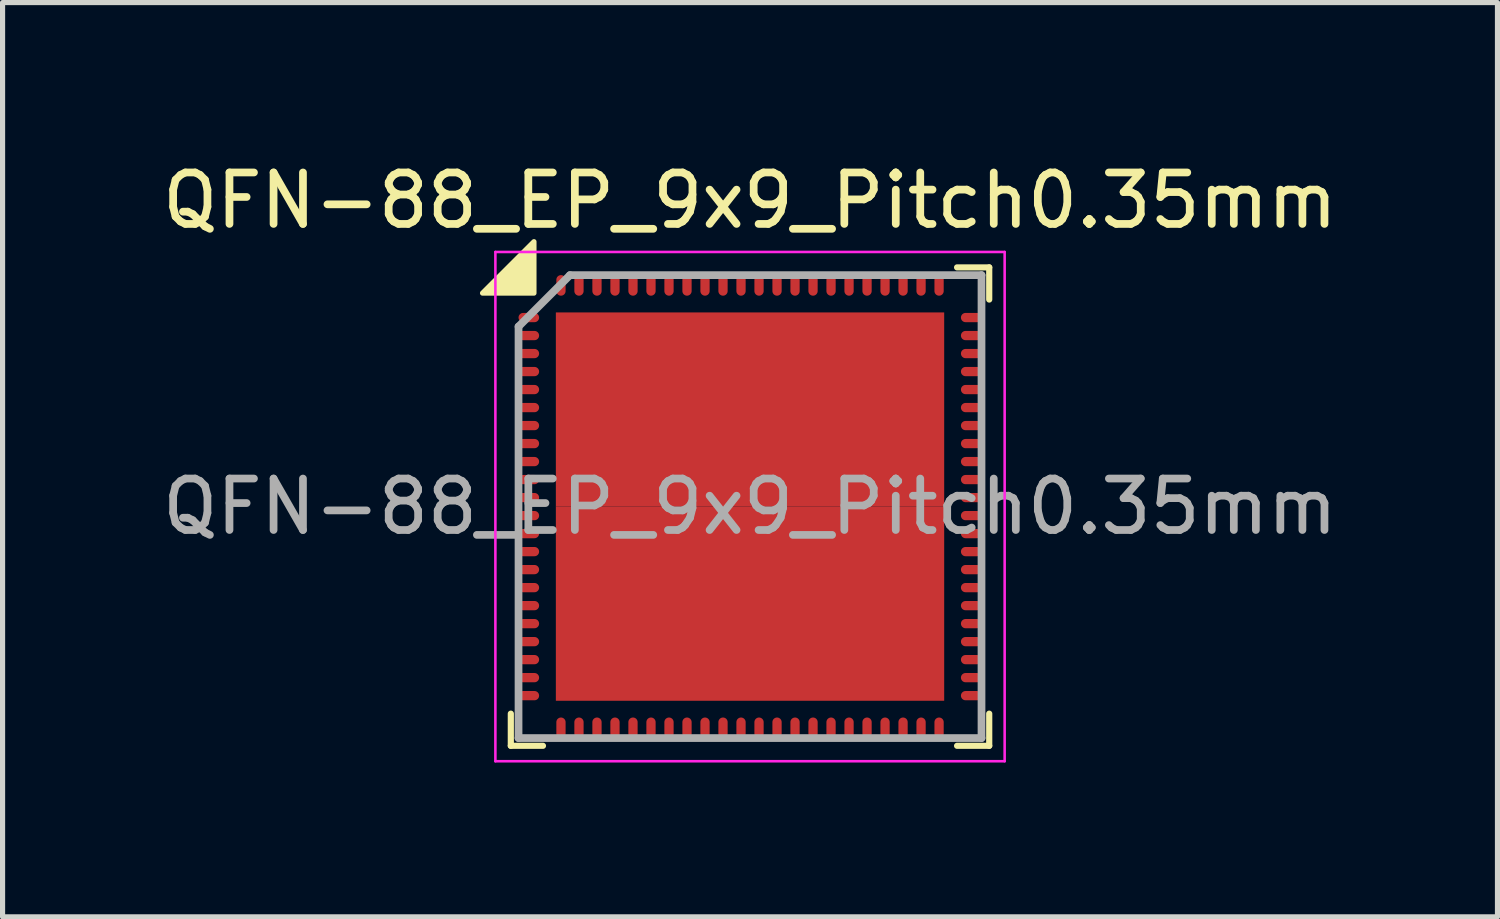
<source format=kicad_pcb>
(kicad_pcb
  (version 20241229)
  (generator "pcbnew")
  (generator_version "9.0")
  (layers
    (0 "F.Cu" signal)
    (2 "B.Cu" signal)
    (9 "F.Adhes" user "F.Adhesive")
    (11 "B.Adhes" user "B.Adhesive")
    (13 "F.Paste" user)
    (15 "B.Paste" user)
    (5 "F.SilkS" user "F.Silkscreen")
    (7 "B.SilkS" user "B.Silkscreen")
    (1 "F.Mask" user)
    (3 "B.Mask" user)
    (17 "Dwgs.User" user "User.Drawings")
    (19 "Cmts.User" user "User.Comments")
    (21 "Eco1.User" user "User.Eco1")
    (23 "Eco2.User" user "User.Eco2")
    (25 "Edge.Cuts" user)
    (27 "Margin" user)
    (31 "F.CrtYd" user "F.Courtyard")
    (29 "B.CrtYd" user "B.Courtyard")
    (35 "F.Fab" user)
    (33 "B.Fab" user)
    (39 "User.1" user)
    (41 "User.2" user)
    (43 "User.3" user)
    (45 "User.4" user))
  (footprint "QFN-88_EP_9x9_Pitch0.35mm"
    (layer "F.Cu")
    (at 11.53 6.798)
    (property "Reference" "QFN-88_EP_9x9_Pitch0.35mm" (at 0 -5.95 0) (layer "F.SilkS") (effects (font (size 1 1) (thickness 0.15))))
    (attr smd)
    (fp_line (start -4.65 4.65) (end -4.65 4.025) (stroke (width 0.12) (type default)) (layer "F.SilkS"))
    (fp_line (start -4.025 4.65) (end -4.65 4.65) (stroke (width 0.12) (type default)) (layer "F.SilkS"))
    (fp_line (start 4.025 -4.65) (end 4.65 -4.65) (stroke (width 0.12) (type default)) (layer "F.SilkS"))
    (fp_line (start 4.025 4.65) (end 4.65 4.65) (stroke (width 0.12) (type default)) (layer "F.SilkS"))
    (fp_line (start 4.65 -4.65) (end 4.65 -4.025) (stroke (width 0.12) (type default)) (layer "F.SilkS"))
    (fp_line (start 4.65 4.65) (end 4.65 4.025) (stroke (width 0.12) (type default)) (layer "F.SilkS"))
    (fp_poly (pts (xy -4.2 -4.15) (xy -5.2 -4.15) (xy -4.2 -5.15)) (stroke (width 0.1) (type solid)) (fill yes) (layer "F.SilkS"))
    (fp_line (start -4.95 -4.95) (end 4.95 -4.95) (stroke (width 0.05) (type default)) (layer "F.CrtYd"))
    (fp_line (start -4.95 4.95) (end -4.95 -4.95) (stroke (width 0.05) (type default)) (layer "F.CrtYd"))
    (fp_line (start 4.95 -4.95) (end 4.95 4.95) (stroke (width 0.05) (type default)) (layer "F.CrtYd"))
    (fp_line (start 4.95 4.95) (end -4.95 4.95) (stroke (width 0.05) (type default)) (layer "F.CrtYd"))
    (fp_line (start -4.5 -3.5) (end -4.5 4.5) (stroke (width 0.15) (type default)) (layer "F.Fab"))
    (fp_line (start -4.5 4.5) (end 4.5 4.5) (stroke (width 0.15) (type default)) (layer "F.Fab"))
    (fp_line (start -3.5 -4.5) (end -4.5 -3.5) (stroke (width 0.15) (type default)) (layer "F.Fab"))
    (fp_line (start 4.5 -4.5) (end -3.5 -4.5) (stroke (width 0.15) (type default)) (layer "F.Fab"))
    (fp_line (start 4.5 4.5) (end 4.5 -4.5) (stroke (width 0.15) (type default)) (layer "F.Fab"))
    (fp_text user "${REFERENCE}" (at 0 0 0) (layer "F.Fab") (effects (font (size 1 1) (thickness 0.15))))
    (pad "" smd rect (at -2.831 -2.831) (size 1.137 1.137) (layers "F.Paste"))
    (pad "" smd rect (at -2.831 -0.944) (size 1.137 1.137) (layers "F.Paste"))
    (pad "" smd rect (at -2.831 0.944) (size 1.137 1.137) (layers "F.Paste"))
    (pad "" smd rect (at -2.831 2.831) (size 1.137 1.137) (layers "F.Paste"))
    (pad "" smd rect (at -0.944 -2.831) (size 1.137 1.137) (layers "F.Paste"))
    (pad "" smd rect (at -0.944 -0.944) (size 1.137 1.137) (layers "F.Paste"))
    (pad "" smd rect (at -0.944 0.944) (size 1.137 1.137) (layers "F.Paste"))
    (pad "" smd rect (at -0.944 2.831) (size 1.137 1.137) (layers "F.Paste"))
    (pad "" smd rect (at 0.944 -2.831) (size 1.137 1.137) (layers "F.Paste"))
    (pad "" smd rect (at 0.944 -0.944) (size 1.137 1.137) (layers "F.Paste"))
    (pad "" smd rect (at 0.944 0.944) (size 1.137 1.137) (layers "F.Paste"))
    (pad "" smd rect (at 0.944 2.831) (size 1.137 1.137) (layers "F.Paste"))
    (pad "" smd rect (at 2.831 -2.831) (size 1.137 1.137) (layers "F.Paste"))
    (pad "" smd rect (at 2.831 -0.944) (size 1.137 1.137) (layers "F.Paste"))
    (pad "" smd rect (at 2.831 0.944) (size 1.137 1.137) (layers "F.Paste"))
    (pad "" smd rect (at 2.831 2.831) (size 1.137 1.137) (layers "F.Paste"))
    (pad "1" smd oval (at -4.3 -3.675 90) (size 0.18 0.4) (layers "F.Cu" "F.Mask" "F.Paste"))
    (pad "2" smd oval (at -4.3 -3.325 90) (size 0.18 0.4) (layers "F.Cu" "F.Mask" "F.Paste"))
    (pad "3" smd oval (at -4.3 -2.975 90) (size 0.18 0.4) (layers "F.Cu" "F.Mask" "F.Paste"))
    (pad "4" smd oval (at -4.3 -2.625 90) (size 0.18 0.4) (layers "F.Cu" "F.Mask" "F.Paste"))
    (pad "5" smd oval (at -4.3 -2.275 90) (size 0.18 0.4) (layers "F.Cu" "F.Mask" "F.Paste"))
    (pad "6" smd oval (at -4.3 -1.925 90) (size 0.18 0.4) (layers "F.Cu" "F.Mask" "F.Paste"))
    (pad "7" smd oval (at -4.3 -1.575 90) (size 0.18 0.4) (layers "F.Cu" "F.Mask" "F.Paste"))
    (pad "8" smd oval (at -4.3 -1.225 90) (size 0.18 0.4) (layers "F.Cu" "F.Mask" "F.Paste"))
    (pad "9" smd oval (at -4.3 -0.875 90) (size 0.18 0.4) (layers "F.Cu" "F.Mask" "F.Paste"))
    (pad "10" smd oval (at -4.3 -0.525 90) (size 0.18 0.4) (layers "F.Cu" "F.Mask" "F.Paste"))
    (pad "11" smd oval (at -4.3 -0.175 90) (size 0.18 0.4) (layers "F.Cu" "F.Mask" "F.Paste"))
    (pad "12" smd oval (at -4.3 0.175 90) (size 0.18 0.4) (layers "F.Cu" "F.Mask" "F.Paste"))
    (pad "13" smd oval (at -4.3 0.525 90) (size 0.18 0.4) (layers "F.Cu" "F.Mask" "F.Paste"))
    (pad "14" smd oval (at -4.3 0.875 90) (size 0.18 0.4) (layers "F.Cu" "F.Mask" "F.Paste"))
    (pad "15" smd oval (at -4.3 1.225 90) (size 0.18 0.4) (layers "F.Cu" "F.Mask" "F.Paste"))
    (pad "16" smd oval (at -4.3 1.575 90) (size 0.18 0.4) (layers "F.Cu" "F.Mask" "F.Paste"))
    (pad "17" smd oval (at -4.3 1.925 90) (size 0.18 0.4) (layers "F.Cu" "F.Mask" "F.Paste"))
    (pad "18" smd oval (at -4.3 2.275 90) (size 0.18 0.4) (layers "F.Cu" "F.Mask" "F.Paste"))
    (pad "19" smd oval (at -4.3 2.625 90) (size 0.18 0.4) (layers "F.Cu" "F.Mask" "F.Paste"))
    (pad "20" smd oval (at -4.3 2.975 90) (size 0.18 0.4) (layers "F.Cu" "F.Mask" "F.Paste"))
    (pad "21" smd oval (at -4.3 3.325 90) (size 0.18 0.4) (layers "F.Cu" "F.Mask" "F.Paste"))
    (pad "22" smd oval (at -4.3 3.675 90) (size 0.18 0.4) (layers "F.Cu" "F.Mask" "F.Paste"))
    (pad "23" smd oval (at -3.675 4.3) (size 0.18 0.4) (layers "F.Cu" "F.Mask" "F.Paste"))
    (pad "24" smd oval (at -3.325 4.3) (size 0.18 0.4) (layers "F.Cu" "F.Mask" "F.Paste"))
    (pad "25" smd oval (at -2.975 4.3) (size 0.18 0.4) (layers "F.Cu" "F.Mask" "F.Paste"))
    (pad "26" smd oval (at -2.625 4.3) (size 0.18 0.4) (layers "F.Cu" "F.Mask" "F.Paste"))
    (pad "27" smd oval (at -2.275 4.3) (size 0.18 0.4) (layers "F.Cu" "F.Mask" "F.Paste"))
    (pad "28" smd oval (at -1.925 4.3) (size 0.18 0.4) (layers "F.Cu" "F.Mask" "F.Paste"))
    (pad "29" smd oval (at -1.575 4.3) (size 0.18 0.4) (layers "F.Cu" "F.Mask" "F.Paste"))
    (pad "30" smd oval (at -1.225 4.3) (size 0.18 0.4) (layers "F.Cu" "F.Mask" "F.Paste"))
    (pad "31" smd oval (at -0.875 4.3) (size 0.18 0.4) (layers "F.Cu" "F.Mask" "F.Paste"))
    (pad "32" smd oval (at -0.525 4.3) (size 0.18 0.4) (layers "F.Cu" "F.Mask" "F.Paste"))
    (pad "33" smd oval (at -0.175 4.3) (size 0.18 0.4) (layers "F.Cu" "F.Mask" "F.Paste"))
    (pad "34" smd oval (at 0.175 4.3) (size 0.18 0.4) (layers "F.Cu" "F.Mask" "F.Paste"))
    (pad "35" smd oval (at 0.525 4.3) (size 0.18 0.4) (layers "F.Cu" "F.Mask" "F.Paste"))
    (pad "36" smd oval (at 0.875 4.3) (size 0.18 0.4) (layers "F.Cu" "F.Mask" "F.Paste"))
    (pad "37" smd oval (at 1.225 4.3) (size 0.18 0.4) (layers "F.Cu" "F.Mask" "F.Paste"))
    (pad "38" smd oval (at 1.575 4.3) (size 0.18 0.4) (layers "F.Cu" "F.Mask" "F.Paste"))
    (pad "39" smd oval (at 1.925 4.3) (size 0.18 0.4) (layers "F.Cu" "F.Mask" "F.Paste"))
    (pad "40" smd oval (at 2.275 4.3) (size 0.18 0.4) (layers "F.Cu" "F.Mask" "F.Paste"))
    (pad "41" smd oval (at 2.625 4.3) (size 0.18 0.4) (layers "F.Cu" "F.Mask" "F.Paste"))
    (pad "42" smd oval (at 2.975 4.3) (size 0.18 0.4) (layers "F.Cu" "F.Mask" "F.Paste"))
    (pad "43" smd oval (at 3.325 4.3) (size 0.18 0.4) (layers "F.Cu" "F.Mask" "F.Paste"))
    (pad "44" smd oval (at 3.675 4.3) (size 0.18 0.4) (layers "F.Cu" "F.Mask" "F.Paste"))
    (pad "45" smd oval (at 4.3 3.675 90) (size 0.18 0.4) (layers "F.Cu" "F.Mask" "F.Paste"))
    (pad "46" smd oval (at 4.3 3.325 90) (size 0.18 0.4) (layers "F.Cu" "F.Mask" "F.Paste"))
    (pad "47" smd oval (at 4.3 2.975 90) (size 0.18 0.4) (layers "F.Cu" "F.Mask" "F.Paste"))
    (pad "48" smd oval (at 4.3 2.625 90) (size 0.18 0.4) (layers "F.Cu" "F.Mask" "F.Paste"))
    (pad "49" smd oval (at 4.3 2.275 90) (size 0.18 0.4) (layers "F.Cu" "F.Mask" "F.Paste"))
    (pad "50" smd oval (at 4.3 1.925 90) (size 0.18 0.4) (layers "F.Cu" "F.Mask" "F.Paste"))
    (pad "51" smd oval (at 4.3 1.575 90) (size 0.18 0.4) (layers "F.Cu" "F.Mask" "F.Paste"))
    (pad "52" smd oval (at 4.3 1.225 90) (size 0.18 0.4) (layers "F.Cu" "F.Mask" "F.Paste"))
    (pad "53" smd oval (at 4.3 0.875 90) (size 0.18 0.4) (layers "F.Cu" "F.Mask" "F.Paste"))
    (pad "54" smd oval (at 4.3 0.525 90) (size 0.18 0.4) (layers "F.Cu" "F.Mask" "F.Paste"))
    (pad "55" smd oval (at 4.3 0.175 90) (size 0.18 0.4) (layers "F.Cu" "F.Mask" "F.Paste"))
    (pad "56" smd oval (at 4.3 -0.175 90) (size 0.18 0.4) (layers "F.Cu" "F.Mask" "F.Paste"))
    (pad "57" smd oval (at 4.3 -0.525 90) (size 0.18 0.4) (layers "F.Cu" "F.Mask" "F.Paste"))
    (pad "58" smd oval (at 4.3 -0.875 90) (size 0.18 0.4) (layers "F.Cu" "F.Mask" "F.Paste"))
    (pad "59" smd oval (at 4.3 -1.225 90) (size 0.18 0.4) (layers "F.Cu" "F.Mask" "F.Paste"))
    (pad "60" smd oval (at 4.3 -1.575 90) (size 0.18 0.4) (layers "F.Cu" "F.Mask" "F.Paste"))
    (pad "61" smd oval (at 4.3 -1.925 90) (size 0.18 0.4) (layers "F.Cu" "F.Mask" "F.Paste"))
    (pad "62" smd oval (at 4.3 -2.275 90) (size 0.18 0.4) (layers "F.Cu" "F.Mask" "F.Paste"))
    (pad "63" smd oval (at 4.3 -2.625 90) (size 0.18 0.4) (layers "F.Cu" "F.Mask" "F.Paste"))
    (pad "64" smd oval (at 4.3 -2.975 90) (size 0.18 0.4) (layers "F.Cu" "F.Mask" "F.Paste"))
    (pad "65" smd oval (at 4.3 -3.325 90) (size 0.18 0.4) (layers "F.Cu" "F.Mask" "F.Paste"))
    (pad "66" smd oval (at 4.3 -3.675 90) (size 0.18 0.4) (layers "F.Cu" "F.Mask" "F.Paste"))
    (pad "67" smd oval (at 3.675 -4.3) (size 0.18 0.4) (layers "F.Cu" "F.Mask" "F.Paste"))
    (pad "68" smd oval (at 3.325 -4.3) (size 0.18 0.4) (layers "F.Cu" "F.Mask" "F.Paste"))
    (pad "69" smd oval (at 2.975 -4.3) (size 0.18 0.4) (layers "F.Cu" "F.Mask" "F.Paste"))
    (pad "70" smd oval (at 2.625 -4.3) (size 0.18 0.4) (layers "F.Cu" "F.Mask" "F.Paste"))
    (pad "71" smd oval (at 2.275 -4.3) (size 0.18 0.4) (layers "F.Cu" "F.Mask" "F.Paste"))
    (pad "72" smd oval (at 1.925 -4.3) (size 0.18 0.4) (layers "F.Cu" "F.Mask" "F.Paste"))
    (pad "73" smd oval (at 1.575 -4.3) (size 0.18 0.4) (layers "F.Cu" "F.Mask" "F.Paste"))
    (pad "74" smd oval (at 1.225 -4.3) (size 0.18 0.4) (layers "F.Cu" "F.Mask" "F.Paste"))
    (pad "75" smd oval (at 0.875 -4.3) (size 0.18 0.4) (layers "F.Cu" "F.Mask" "F.Paste"))
    (pad "76" smd oval (at 0.525 -4.3) (size 0.18 0.4) (layers "F.Cu" "F.Mask" "F.Paste"))
    (pad "77" smd oval (at 0.175 -4.3) (size 0.18 0.4) (layers "F.Cu" "F.Mask" "F.Paste"))
    (pad "78" smd oval (at -0.175 -4.3) (size 0.18 0.4) (layers "F.Cu" "F.Mask" "F.Paste"))
    (pad "79" smd oval (at -0.525 -4.3) (size 0.18 0.4) (layers "F.Cu" "F.Mask" "F.Paste"))
    (pad "80" smd oval (at -0.875 -4.3) (size 0.18 0.4) (layers "F.Cu" "F.Mask" "F.Paste"))
    (pad "81" smd oval (at -1.225 -4.3) (size 0.18 0.4) (layers "F.Cu" "F.Mask" "F.Paste"))
    (pad "82" smd oval (at -1.575 -4.3) (size 0.18 0.4) (layers "F.Cu" "F.Mask" "F.Paste"))
    (pad "83" smd oval (at -1.925 -4.3) (size 0.18 0.4) (layers "F.Cu" "F.Mask" "F.Paste"))
    (pad "84" smd oval (at -2.275 -4.3) (size 0.18 0.4) (layers "F.Cu" "F.Mask" "F.Paste"))
    (pad "85" smd oval (at -2.625 -4.3) (size 0.18 0.4) (layers "F.Cu" "F.Mask" "F.Paste"))
    (pad "86" smd oval (at -2.975 -4.3) (size 0.18 0.4) (layers "F.Cu" "F.Mask" "F.Paste"))
    (pad "87" smd oval (at -3.325 -4.3) (size 0.18 0.4) (layers "F.Cu" "F.Mask" "F.Paste"))
    (pad "88" smd oval (at -3.675 -4.3) (size 0.18 0.4) (layers "F.Cu" "F.Mask" "F.Paste"))
    (pad "89" smd rect (at -1.887 -1.887) (size 3.775 3.775) (layers "F.Cu" "F.Mask"))
    (pad "89" smd rect (at -1.887 1.887) (size 3.775 3.775) (layers "F.Cu" "F.Mask"))
    (pad "89" smd rect (at 1.887 -1.887) (size 3.775 3.775) (layers "F.Cu" "F.Mask"))
    (pad "89" smd rect (at 1.887 1.887) (size 3.775 3.775) (layers "F.Cu" "F.Mask")))
  (gr_rect
    (start -3 -3)
    (end 26.06 14.773)
    (stroke (width 0.1) (type default))
    (fill no)
    (layer "Edge.Cuts")))
</source>
